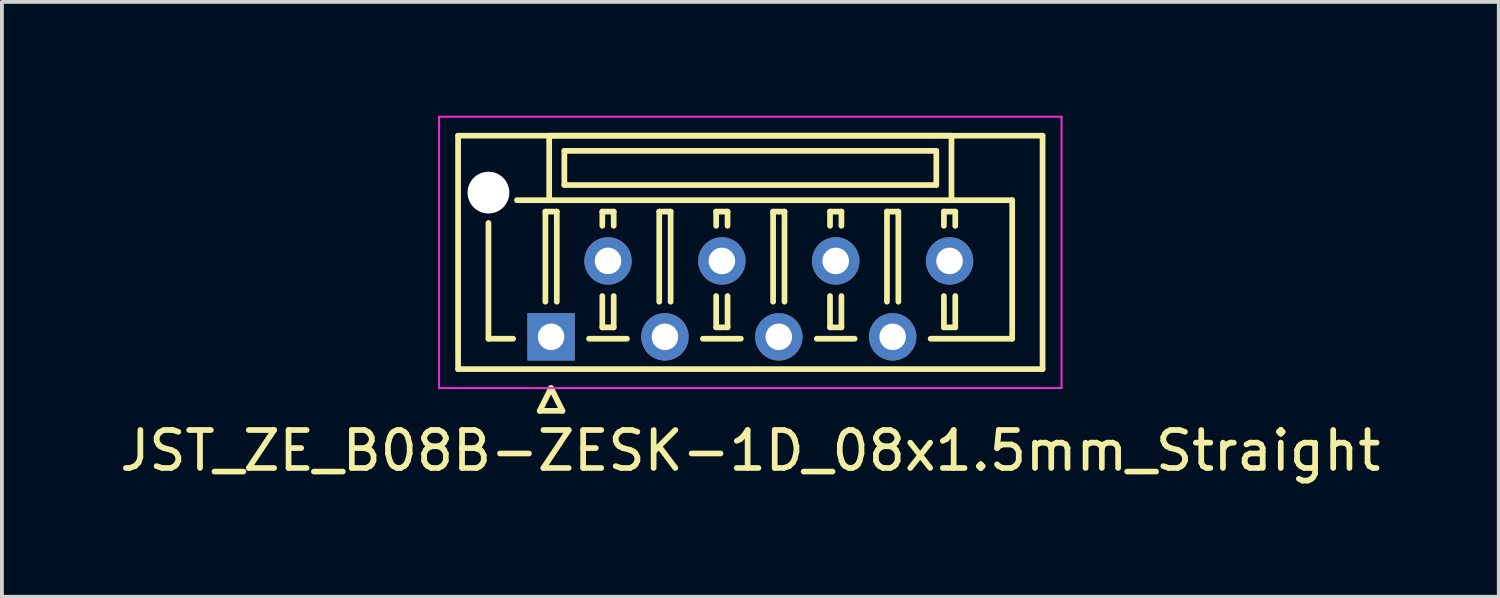
<source format=kicad_pcb>
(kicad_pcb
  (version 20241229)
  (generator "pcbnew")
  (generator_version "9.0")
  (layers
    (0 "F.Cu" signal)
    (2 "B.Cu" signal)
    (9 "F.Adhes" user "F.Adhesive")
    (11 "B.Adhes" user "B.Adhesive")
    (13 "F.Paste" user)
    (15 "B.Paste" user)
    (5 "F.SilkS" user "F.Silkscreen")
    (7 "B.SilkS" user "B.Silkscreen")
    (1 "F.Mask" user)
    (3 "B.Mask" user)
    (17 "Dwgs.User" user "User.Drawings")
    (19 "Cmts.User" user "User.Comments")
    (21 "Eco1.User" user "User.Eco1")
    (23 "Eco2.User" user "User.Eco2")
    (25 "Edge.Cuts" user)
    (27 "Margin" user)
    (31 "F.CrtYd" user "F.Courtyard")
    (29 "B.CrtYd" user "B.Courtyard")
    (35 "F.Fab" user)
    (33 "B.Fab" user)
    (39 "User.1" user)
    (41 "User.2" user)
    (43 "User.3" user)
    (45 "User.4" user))
  (footprint "JST_ZE_B08B-ZESK-1D_08x1.5mm_Straight"
    (layer "F.Cu")
    (at 11.47 5.825)
    (property "Reference" "JST_ZE_B08B-ZESK-1D_08x1.5mm_Straight" (at 5.25 3 0) (layer "F.SilkS") (effects (font (size 1 1) (thickness 0.15))))
    (attr through_hole)
    (fp_line (start -2.45 -5.3) (end -2.45 0.85) (stroke (width 0.15) (type solid)) (layer "F.SilkS"))
    (fp_line (start -2.45 0.85) (end 12.95 0.85) (stroke (width 0.15) (type solid)) (layer "F.SilkS"))
    (fp_line (start -1.65 -3) (end -1.65 0.05) (stroke (width 0.15) (type solid)) (layer "F.SilkS"))
    (fp_line (start -1.65 0.05) (end -1 0.05) (stroke (width 0.15) (type solid)) (layer "F.SilkS"))
    (fp_line (start -0.3 1.95) (end 0 1.35) (stroke (width 0.15) (type solid)) (layer "F.SilkS"))
    (fp_line (start -0.15 -3.3) (end 0.15 -3.3) (stroke (width 0.15) (type solid)) (layer "F.SilkS"))
    (fp_line (start -0.15 -0.925) (end -0.15 -3.3) (stroke (width 0.15) (type solid)) (layer "F.SilkS"))
    (fp_line (start -0.05 -5.3) (end -0.05 -3.6) (stroke (width 0.15) (type solid)) (layer "F.SilkS"))
    (fp_line (start -0.05 -3.6) (end -0.9 -3.6) (stroke (width 0.15) (type solid)) (layer "F.SilkS"))
    (fp_line (start -0.05 -3.6) (end 10.55 -3.6) (stroke (width 0.15) (type solid)) (layer "F.SilkS"))
    (fp_line (start 0 1.35) (end 0.3 1.95) (stroke (width 0.15) (type solid)) (layer "F.SilkS"))
    (fp_line (start 0.15 -3.3) (end 0.15 -0.925) (stroke (width 0.15) (type solid)) (layer "F.SilkS"))
    (fp_line (start 0.3 1.95) (end -0.3 1.95) (stroke (width 0.15) (type solid)) (layer "F.SilkS"))
    (fp_line (start 0.35 -4.9) (end 0.35 -4) (stroke (width 0.15) (type solid)) (layer "F.SilkS"))
    (fp_line (start 0.35 -4) (end 10.15 -4) (stroke (width 0.15) (type solid)) (layer "F.SilkS"))
    (fp_line (start 1 0.05) (end 2 0.05) (stroke (width 0.15) (type solid)) (layer "F.SilkS"))
    (fp_line (start 1.35 -3.3) (end 1.65 -3.3) (stroke (width 0.15) (type solid)) (layer "F.SilkS"))
    (fp_line (start 1.35 -2.925) (end 1.35 -3.3) (stroke (width 0.15) (type solid)) (layer "F.SilkS"))
    (fp_line (start 1.35 -1.075) (end 1.35 -0.25) (stroke (width 0.15) (type solid)) (layer "F.SilkS"))
    (fp_line (start 1.35 -0.25) (end 1.65 -0.25) (stroke (width 0.15) (type solid)) (layer "F.SilkS"))
    (fp_line (start 1.65 -3.3) (end 1.65 -2.925) (stroke (width 0.15) (type solid)) (layer "F.SilkS"))
    (fp_line (start 1.65 -0.25) (end 1.65 -1.075) (stroke (width 0.15) (type solid)) (layer "F.SilkS"))
    (fp_line (start 2.85 -3.3) (end 3.15 -3.3) (stroke (width 0.15) (type solid)) (layer "F.SilkS"))
    (fp_line (start 2.85 -0.925) (end 2.85 -3.3) (stroke (width 0.15) (type solid)) (layer "F.SilkS"))
    (fp_line (start 3.15 -3.3) (end 3.15 -0.925) (stroke (width 0.15) (type solid)) (layer "F.SilkS"))
    (fp_line (start 4 0.05) (end 5 0.05) (stroke (width 0.15) (type solid)) (layer "F.SilkS"))
    (fp_line (start 4.35 -3.3) (end 4.65 -3.3) (stroke (width 0.15) (type solid)) (layer "F.SilkS"))
    (fp_line (start 4.35 -2.925) (end 4.35 -3.3) (stroke (width 0.15) (type solid)) (layer "F.SilkS"))
    (fp_line (start 4.35 -1.075) (end 4.35 -0.25) (stroke (width 0.15) (type solid)) (layer "F.SilkS"))
    (fp_line (start 4.35 -0.25) (end 4.65 -0.25) (stroke (width 0.15) (type solid)) (layer "F.SilkS"))
    (fp_line (start 4.65 -3.3) (end 4.65 -2.925) (stroke (width 0.15) (type solid)) (layer "F.SilkS"))
    (fp_line (start 4.65 -0.25) (end 4.65 -1.075) (stroke (width 0.15) (type solid)) (layer "F.SilkS"))
    (fp_line (start 5.85 -3.3) (end 6.15 -3.3) (stroke (width 0.15) (type solid)) (layer "F.SilkS"))
    (fp_line (start 5.85 -0.925) (end 5.85 -3.3) (stroke (width 0.15) (type solid)) (layer "F.SilkS"))
    (fp_line (start 6.15 -3.3) (end 6.15 -0.925) (stroke (width 0.15) (type solid)) (layer "F.SilkS"))
    (fp_line (start 7 0.05) (end 8 0.05) (stroke (width 0.15) (type solid)) (layer "F.SilkS"))
    (fp_line (start 7.35 -3.3) (end 7.65 -3.3) (stroke (width 0.15) (type solid)) (layer "F.SilkS"))
    (fp_line (start 7.35 -2.925) (end 7.35 -3.3) (stroke (width 0.15) (type solid)) (layer "F.SilkS"))
    (fp_line (start 7.35 -1.075) (end 7.35 -0.25) (stroke (width 0.15) (type solid)) (layer "F.SilkS"))
    (fp_line (start 7.35 -0.25) (end 7.65 -0.25) (stroke (width 0.15) (type solid)) (layer "F.SilkS"))
    (fp_line (start 7.65 -3.3) (end 7.65 -2.925) (stroke (width 0.15) (type solid)) (layer "F.SilkS"))
    (fp_line (start 7.65 -0.25) (end 7.65 -1.075) (stroke (width 0.15) (type solid)) (layer "F.SilkS"))
    (fp_line (start 8.85 -3.3) (end 9.15 -3.3) (stroke (width 0.15) (type solid)) (layer "F.SilkS"))
    (fp_line (start 8.85 -0.925) (end 8.85 -3.3) (stroke (width 0.15) (type solid)) (layer "F.SilkS"))
    (fp_line (start 9.15 -3.3) (end 9.15 -0.925) (stroke (width 0.15) (type solid)) (layer "F.SilkS"))
    (fp_line (start 10.15 -4.9) (end 0.35 -4.9) (stroke (width 0.15) (type solid)) (layer "F.SilkS"))
    (fp_line (start 10.15 -4) (end 10.15 -4.9) (stroke (width 0.15) (type solid)) (layer "F.SilkS"))
    (fp_line (start 10.35 -3.3) (end 10.65 -3.3) (stroke (width 0.15) (type solid)) (layer "F.SilkS"))
    (fp_line (start 10.35 -2.925) (end 10.35 -3.3) (stroke (width 0.15) (type solid)) (layer "F.SilkS"))
    (fp_line (start 10.35 -1.075) (end 10.35 -0.25) (stroke (width 0.15) (type solid)) (layer "F.SilkS"))
    (fp_line (start 10.35 -0.25) (end 10.65 -0.25) (stroke (width 0.15) (type solid)) (layer "F.SilkS"))
    (fp_line (start 10.55 -5.3) (end -0.05 -5.3) (stroke (width 0.15) (type solid)) (layer "F.SilkS"))
    (fp_line (start 10.55 -3.6) (end 10.55 -5.3) (stroke (width 0.15) (type solid)) (layer "F.SilkS"))
    (fp_line (start 10.55 -3.6) (end 12.15 -3.6) (stroke (width 0.15) (type solid)) (layer "F.SilkS"))
    (fp_line (start 10.65 -3.3) (end 10.65 -2.925) (stroke (width 0.15) (type solid)) (layer "F.SilkS"))
    (fp_line (start 10.65 -0.25) (end 10.65 -1.075) (stroke (width 0.15) (type solid)) (layer "F.SilkS"))
    (fp_line (start 12.15 -3.6) (end 12.15 0.05) (stroke (width 0.15) (type solid)) (layer "F.SilkS"))
    (fp_line (start 12.15 0.05) (end 10 0.05) (stroke (width 0.15) (type solid)) (layer "F.SilkS"))
    (fp_line (start 12.95 -5.3) (end -2.45 -5.3) (stroke (width 0.15) (type solid)) (layer "F.SilkS"))
    (fp_line (start 12.95 0.85) (end 12.95 -5.3) (stroke (width 0.15) (type solid)) (layer "F.SilkS"))
    (fp_line (start -2.95 -5.8) (end -2.95 1.35) (stroke (width 0.05) (type solid)) (layer "F.CrtYd"))
    (fp_line (start -2.95 1.35) (end 13.45 1.35) (stroke (width 0.05) (type solid)) (layer "F.CrtYd"))
    (fp_line (start 13.45 -5.8) (end -2.95 -5.8) (stroke (width 0.05) (type solid)) (layer "F.CrtYd"))
    (fp_line (start 13.45 1.35) (end 13.45 -5.8) (stroke (width 0.05) (type solid)) (layer "F.CrtYd"))
    (pad "" np_thru_hole circle (at -1.65 -3.8) (size 1.1 1.1) (drill 1.1) (layers "*.Cu"))
    (pad "1" thru_hole rect (at 0 0) (size 1.25 1.25) (drill 0.7) (layers "*.Cu" "*.Mask"))
    (pad "2" thru_hole circle (at 1.5 -2) (size 1.25 1.25) (drill 0.7) (layers "*.Cu" "*.Mask"))
    (pad "3" thru_hole circle (at 3 0) (size 1.25 1.25) (drill 0.7) (layers "*.Cu" "*.Mask"))
    (pad "4" thru_hole circle (at 4.5 -2) (size 1.25 1.25) (drill 0.7) (layers "*.Cu" "*.Mask"))
    (pad "5" thru_hole circle (at 6 0) (size 1.25 1.25) (drill 0.7) (layers "*.Cu" "*.Mask"))
    (pad "6" thru_hole circle (at 7.5 -2) (size 1.25 1.25) (drill 0.7) (layers "*.Cu" "*.Mask"))
    (pad "7" thru_hole circle (at 9 0) (size 1.25 1.25) (drill 0.7) (layers "*.Cu" "*.Mask"))
    (pad "8" thru_hole circle (at 10.5 -2) (size 1.25 1.25) (drill 0.7) (layers "*.Cu" "*.Mask")))
  (gr_rect
    (start -3 -3)
    (end 36.44 12.673)
    (stroke (width 0.1) (type default))
    (fill no)
    (layer "Edge.Cuts")))
</source>
